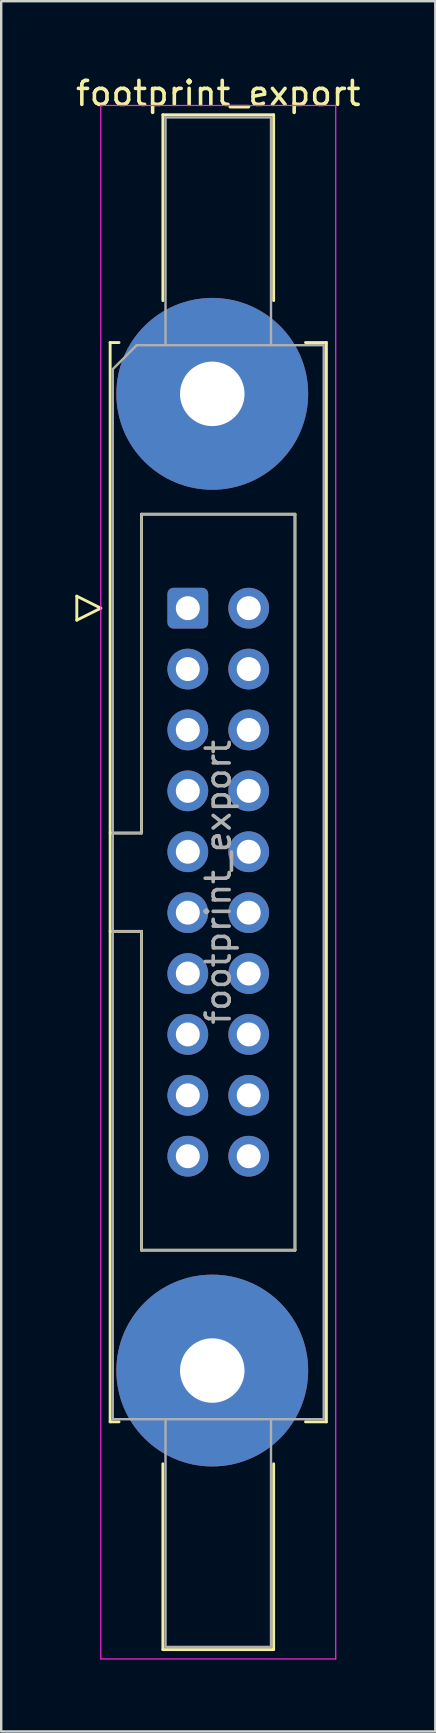
<source format=kicad_pcb>
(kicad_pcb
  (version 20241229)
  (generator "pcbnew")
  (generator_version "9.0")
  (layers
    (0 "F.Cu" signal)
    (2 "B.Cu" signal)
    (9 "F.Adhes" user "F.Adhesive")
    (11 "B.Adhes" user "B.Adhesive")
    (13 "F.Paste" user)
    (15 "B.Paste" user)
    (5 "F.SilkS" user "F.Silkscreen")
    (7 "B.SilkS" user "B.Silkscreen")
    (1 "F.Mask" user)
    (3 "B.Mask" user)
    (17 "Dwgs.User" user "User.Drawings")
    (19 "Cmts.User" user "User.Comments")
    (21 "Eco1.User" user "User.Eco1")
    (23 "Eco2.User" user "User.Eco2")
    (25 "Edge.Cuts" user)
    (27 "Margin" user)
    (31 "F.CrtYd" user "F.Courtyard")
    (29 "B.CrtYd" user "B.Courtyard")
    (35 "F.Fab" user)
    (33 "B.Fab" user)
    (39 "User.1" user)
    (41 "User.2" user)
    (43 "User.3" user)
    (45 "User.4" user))
  (footprint "footprint_export"
    (layer "F.Cu")
    (at 4.784 22.318)
    (property "Reference" "footprint_export" (at 1.27 -21.47 0) (layer "F.SilkS") (effects (font (size 1 1) (thickness 0.15))))
    (attr through_hole)
    (fp_line (start -4.63 -0.5) (end -4.63 0.5) (stroke (width 0.12) (type solid)) (layer "F.SilkS"))
    (fp_line (start -4.63 0.5) (end -3.63 0) (stroke (width 0.12) (type solid)) (layer "F.SilkS"))
    (fp_line (start -3.63 0) (end -4.63 -0.5) (stroke (width 0.12) (type solid)) (layer "F.SilkS"))
    (fp_line (start -3.24 -11.08) (end -3.24 33.94) (stroke (width 0.12) (type solid)) (layer "F.SilkS"))
    (fp_line (start -3.24 9.38) (end -1.93 9.38) (stroke (width 0.12) (type solid)) (layer "F.SilkS"))
    (fp_line (start -3.24 33.94) (end -2.87 33.94) (stroke (width 0.12) (type solid)) (layer "F.SilkS"))
    (fp_line (start -2.87 -11.08) (end -3.24 -11.08) (stroke (width 0.12) (type solid)) (layer "F.SilkS"))
    (fp_line (start -1.93 -3.92) (end 4.47 -3.92) (stroke (width 0.12) (type solid)) (layer "F.SilkS"))
    (fp_line (start -1.93 9.38) (end -1.93 -3.92) (stroke (width 0.12) (type solid)) (layer "F.SilkS"))
    (fp_line (start -1.93 13.48) (end -3.24 13.48) (stroke (width 0.12) (type solid)) (layer "F.SilkS"))
    (fp_line (start -1.93 13.48) (end -1.93 13.48) (stroke (width 0.12) (type solid)) (layer "F.SilkS"))
    (fp_line (start -1.93 26.78) (end -1.93 13.48) (stroke (width 0.12) (type solid)) (layer "F.SilkS"))
    (fp_line (start -1.04 -20.58) (end 3.58 -20.58) (stroke (width 0.12) (type solid)) (layer "F.SilkS"))
    (fp_line (start -1.04 -12.83) (end -1.04 -20.58) (stroke (width 0.12) (type solid)) (layer "F.SilkS"))
    (fp_line (start -1.04 35.69) (end -1.04 43.44) (stroke (width 0.12) (type solid)) (layer "F.SilkS"))
    (fp_line (start -1.04 43.44) (end 3.58 43.44) (stroke (width 0.12) (type solid)) (layer "F.SilkS"))
    (fp_line (start 3.58 -20.58) (end 3.58 -12.83) (stroke (width 0.12) (type solid)) (layer "F.SilkS"))
    (fp_line (start 3.58 43.44) (end 3.58 35.69) (stroke (width 0.12) (type solid)) (layer "F.SilkS"))
    (fp_line (start 4.47 -3.92) (end 4.47 26.78) (stroke (width 0.12) (type solid)) (layer "F.SilkS"))
    (fp_line (start 4.47 26.78) (end -1.93 26.78) (stroke (width 0.12) (type solid)) (layer "F.SilkS"))
    (fp_line (start 4.91 -11.08) (end 5.78 -11.08) (stroke (width 0.12) (type solid)) (layer "F.SilkS"))
    (fp_line (start 5.78 -11.08) (end 5.78 33.94) (stroke (width 0.12) (type solid)) (layer "F.SilkS"))
    (fp_line (start 5.78 33.94) (end 4.91 33.94) (stroke (width 0.12) (type solid)) (layer "F.SilkS"))
    (fp_line (start -3.63 -20.97) (end -3.63 43.83) (stroke (width 0.05) (type solid)) (layer "F.CrtYd"))
    (fp_line (start -3.63 43.83) (end 6.17 43.83) (stroke (width 0.05) (type solid)) (layer "F.CrtYd"))
    (fp_line (start 6.17 -20.97) (end -3.63 -20.97) (stroke (width 0.05) (type solid)) (layer "F.CrtYd"))
    (fp_line (start 6.17 43.83) (end 6.17 -20.97) (stroke (width 0.05) (type solid)) (layer "F.CrtYd"))
    (fp_line (start -3.13 -9.97) (end -2.13 -10.97) (stroke (width 0.1) (type solid)) (layer "F.Fab"))
    (fp_line (start -3.13 9.38) (end -1.93 9.38) (stroke (width 0.1) (type solid)) (layer "F.Fab"))
    (fp_line (start -3.13 33.83) (end -3.13 -9.97) (stroke (width 0.1) (type solid)) (layer "F.Fab"))
    (fp_line (start -2.13 -10.97) (end 5.67 -10.97) (stroke (width 0.1) (type solid)) (layer "F.Fab"))
    (fp_line (start -1.93 -3.92) (end 4.47 -3.92) (stroke (width 0.1) (type solid)) (layer "F.Fab"))
    (fp_line (start -1.93 9.38) (end -1.93 -3.92) (stroke (width 0.1) (type solid)) (layer "F.Fab"))
    (fp_line (start -1.93 13.48) (end -3.13 13.48) (stroke (width 0.1) (type solid)) (layer "F.Fab"))
    (fp_line (start -1.93 13.48) (end -1.93 13.48) (stroke (width 0.1) (type solid)) (layer "F.Fab"))
    (fp_line (start -1.93 26.78) (end -1.93 13.48) (stroke (width 0.1) (type solid)) (layer "F.Fab"))
    (fp_line (start -0.93 -20.47) (end 3.47 -20.47) (stroke (width 0.1) (type solid)) (layer "F.Fab"))
    (fp_line (start -0.93 -10.97) (end -0.93 -20.47) (stroke (width 0.1) (type solid)) (layer "F.Fab"))
    (fp_line (start -0.93 33.83) (end -0.93 43.33) (stroke (width 0.1) (type solid)) (layer "F.Fab"))
    (fp_line (start -0.93 43.33) (end 3.47 43.33) (stroke (width 0.1) (type solid)) (layer "F.Fab"))
    (fp_line (start 3.47 -20.47) (end 3.47 -10.97) (stroke (width 0.1) (type solid)) (layer "F.Fab"))
    (fp_line (start 3.47 43.33) (end 3.47 33.83) (stroke (width 0.1) (type solid)) (layer "F.Fab"))
    (fp_line (start 4.47 -3.92) (end 4.47 26.78) (stroke (width 0.1) (type solid)) (layer "F.Fab"))
    (fp_line (start 4.47 26.78) (end -1.93 26.78) (stroke (width 0.1) (type solid)) (layer "F.Fab"))
    (fp_line (start 5.67 -10.97) (end 5.67 33.83) (stroke (width 0.1) (type solid)) (layer "F.Fab"))
    (fp_line (start 5.67 33.83) (end -3.13 33.83) (stroke (width 0.1) (type solid)) (layer "F.Fab"))
    (fp_text user "${REFERENCE}" (at 1.27 11.43 90) (layer "F.Fab") (effects (font (size 1 1) (thickness 0.15))))
    (pad "1" thru_hole roundrect (at 0 0) (size 1.7 1.7) (drill 1) (layers "*.Cu" "*.Mask") (roundrect_rratio 0.147))
    (pad "2" thru_hole circle (at 2.54 0) (size 1.7 1.7) (drill 1) (layers "*.Cu" "*.Mask"))
    (pad "3" thru_hole circle (at 0 2.54) (size 1.7 1.7) (drill 1) (layers "*.Cu" "*.Mask"))
    (pad "4" thru_hole circle (at 2.54 2.54) (size 1.7 1.7) (drill 1) (layers "*.Cu" "*.Mask"))
    (pad "5" thru_hole circle (at 0 5.08) (size 1.7 1.7) (drill 1) (layers "*.Cu" "*.Mask"))
    (pad "6" thru_hole circle (at 2.54 5.08) (size 1.7 1.7) (drill 1) (layers "*.Cu" "*.Mask"))
    (pad "7" thru_hole circle (at 0 7.62) (size 1.7 1.7) (drill 1) (layers "*.Cu" "*.Mask"))
    (pad "8" thru_hole circle (at 2.54 7.62) (size 1.7 1.7) (drill 1) (layers "*.Cu" "*.Mask"))
    (pad "9" thru_hole circle (at 0 10.16) (size 1.7 1.7) (drill 1) (layers "*.Cu" "*.Mask"))
    (pad "10" thru_hole circle (at 2.54 10.16) (size 1.7 1.7) (drill 1) (layers "*.Cu" "*.Mask"))
    (pad "11" thru_hole circle (at 0 12.7) (size 1.7 1.7) (drill 1) (layers "*.Cu" "*.Mask"))
    (pad "12" thru_hole circle (at 2.54 12.7) (size 1.7 1.7) (drill 1) (layers "*.Cu" "*.Mask"))
    (pad "13" thru_hole circle (at 0 15.24) (size 1.7 1.7) (drill 1) (layers "*.Cu" "*.Mask"))
    (pad "14" thru_hole circle (at 2.54 15.24) (size 1.7 1.7) (drill 1) (layers "*.Cu" "*.Mask"))
    (pad "15" thru_hole circle (at 0 17.78) (size 1.7 1.7) (drill 1) (layers "*.Cu" "*.Mask"))
    (pad "16" thru_hole circle (at 2.54 17.78) (size 1.7 1.7) (drill 1) (layers "*.Cu" "*.Mask"))
    (pad "17" thru_hole circle (at 0 20.32) (size 1.7 1.7) (drill 1) (layers "*.Cu" "*.Mask"))
    (pad "18" thru_hole circle (at 2.54 20.32) (size 1.7 1.7) (drill 1) (layers "*.Cu" "*.Mask"))
    (pad "19" thru_hole circle (at 0 22.86) (size 1.7 1.7) (drill 1) (layers "*.Cu" "*.Mask"))
    (pad "20" thru_hole circle (at 2.54 22.86) (size 1.7 1.7) (drill 1) (layers "*.Cu" "*.Mask"))
    (pad "MP" thru_hole circle (at 1.02 -8.94) (size 8 8) (drill 2.69) (layers "*.Cu" "*.Mask"))
    (pad "MP" thru_hole circle (at 1.02 31.8) (size 8 8) (drill 2.69) (layers "*.Cu" "*.Mask")))
  (gr_rect
    (start -3 -3)
    (end 15.107 69.173)
    (stroke (width 0.1) (type default))
    (fill no)
    (layer "Edge.Cuts")))
</source>
